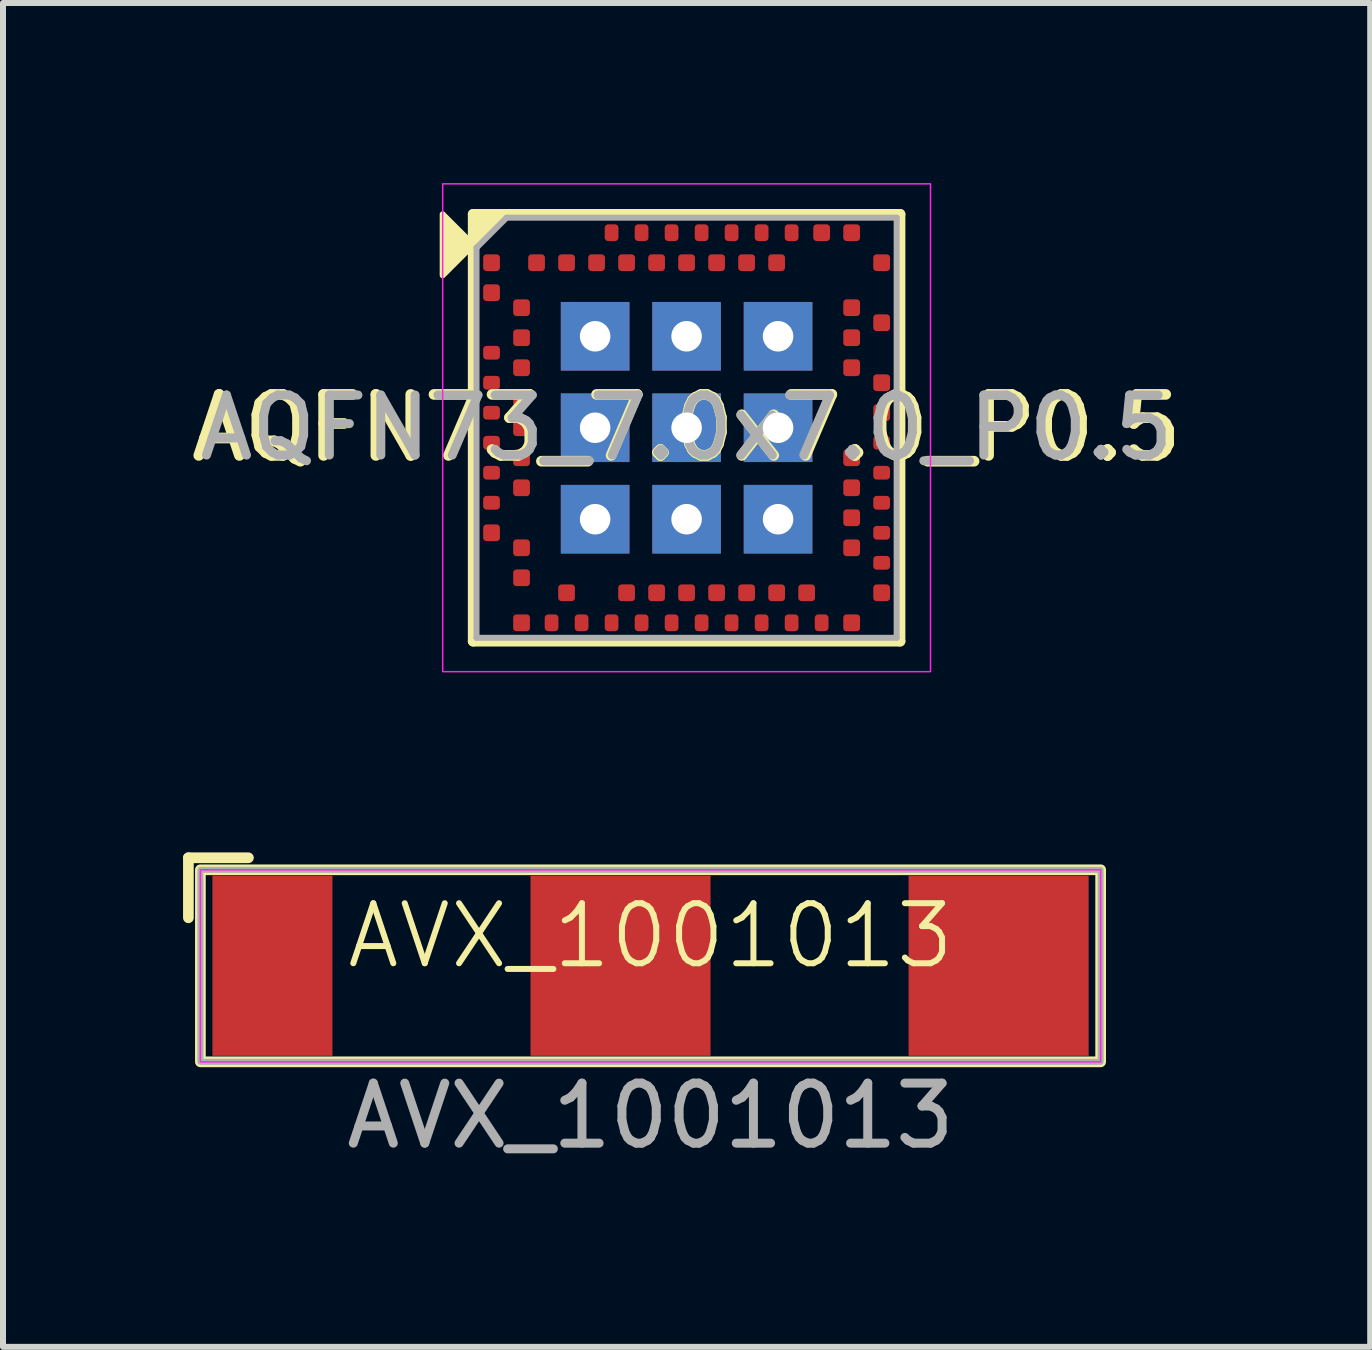
<source format=kicad_pcb>
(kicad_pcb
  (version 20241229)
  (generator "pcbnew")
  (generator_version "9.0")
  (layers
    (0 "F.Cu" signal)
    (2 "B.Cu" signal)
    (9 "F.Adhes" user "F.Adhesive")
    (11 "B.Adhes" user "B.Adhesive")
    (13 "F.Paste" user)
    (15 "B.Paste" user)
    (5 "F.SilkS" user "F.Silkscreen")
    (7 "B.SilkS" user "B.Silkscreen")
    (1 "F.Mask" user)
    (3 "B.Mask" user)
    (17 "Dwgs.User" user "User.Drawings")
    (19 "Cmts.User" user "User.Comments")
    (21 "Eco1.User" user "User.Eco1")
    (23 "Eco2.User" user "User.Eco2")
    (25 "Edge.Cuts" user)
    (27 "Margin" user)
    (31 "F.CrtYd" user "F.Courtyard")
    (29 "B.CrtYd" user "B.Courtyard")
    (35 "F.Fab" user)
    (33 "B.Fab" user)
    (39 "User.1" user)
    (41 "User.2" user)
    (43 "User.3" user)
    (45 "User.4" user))
  (footprint "AQFN73_7.0x7.0_P0.5"
    (layer "F.Cu")
    (at 8.39 4.077)
    (property "Reference" "AQFN73_7.0x7.0_P0.5" (at 0 0 0) (layer "F.SilkS") (effects (font (size 1.016 1.016) (thickness 0.178))))
    (attr smd)
    (fp_line (start -3.556 3.556) (end -3.556 -3.556) (stroke (width 0.178) (type solid)) (layer "F.SilkS"))
    (fp_line (start -3.556 3.556) (end 3.556 3.556) (stroke (width 0.178) (type solid)) (layer "F.SilkS"))
    (fp_line (start 3.556 -3.556) (end -3.556 -3.556) (stroke (width 0.178) (type solid)) (layer "F.SilkS"))
    (fp_line (start 3.556 -3.556) (end 3.556 3.556) (stroke (width 0.178) (type solid)) (layer "F.SilkS"))
    (fp_poly (pts (xy -3.556 -3.048) (xy -4.064 -2.54) (xy -4.064 -3.556)) (stroke (width 0.1) (type solid)) (fill yes) (layer "F.SilkS"))
    (fp_poly (pts (xy -3.556 -3.048) (xy -3.556 -3.556) (xy -3.048 -3.556)) (stroke (width 0.1) (type solid)) (fill yes) (layer "F.SilkS"))
    (fp_rect (start -4.064 -4.064) (end 4.064 4.064) (stroke (width 0.025) (type solid)) (fill no) (layer "F.CrtYd"))
    (fp_line (start -3.5 -3) (end -3.5 3.5) (stroke (width 0.1) (type solid)) (layer "F.Fab"))
    (fp_line (start -3.5 -3) (end -3 -3.5) (stroke (width 0.1) (type solid)) (layer "F.Fab"))
    (fp_line (start -3.5 3.5) (end 3.5 3.5) (stroke (width 0.1) (type solid)) (layer "F.Fab"))
    (fp_line (start -3 -3.5) (end 3.5 -3.5) (stroke (width 0.1) (type solid)) (layer "F.Fab"))
    (fp_line (start 3.5 -3.5) (end 3.5 3.5) (stroke (width 0.1) (type solid)) (layer "F.Fab"))
    (fp_text user "${REFERENCE}" (at 0 0 0) (layer "F.Fab") (effects (font (size 1 1) (thickness 0.15))))
    (pad "A8" smd roundrect (at -1.25 -3.25) (size 0.229 0.279) (layers "F.Cu" "F.Mask" "F.Paste") (roundrect_rratio 0.25))
    (pad "A10" smd roundrect (at -0.75 -3.25) (size 0.229 0.279) (layers "F.Cu" "F.Mask" "F.Paste") (roundrect_rratio 0.25))
    (pad "A12" smd roundrect (at -0.25 -3.25) (size 0.229 0.279) (layers "F.Cu" "F.Mask" "F.Paste") (roundrect_rratio 0.25))
    (pad "A14" smd roundrect (at 0.25 -3.25 180) (size 0.229 0.279) (layers "F.Cu" "F.Mask" "F.Paste") (roundrect_rratio 0.25))
    (pad "A16" smd roundrect (at 0.75 -3.25) (size 0.229 0.279) (layers "F.Cu" "F.Mask" "F.Paste") (roundrect_rratio 0.25))
    (pad "A18" smd roundrect (at 1.25 -3.25) (size 0.229 0.279) (layers "F.Cu" "F.Mask" "F.Paste") (roundrect_rratio 0.25))
    (pad "A20" smd roundrect (at 1.75 -3.25) (size 0.229 0.279) (layers "F.Cu" "F.Mask" "F.Paste") (roundrect_rratio 0.25))
    (pad "A22" smd roundrect (at 2.25 -3.25) (size 0.279 0.279) (layers "F.Cu" "F.Mask" "F.Paste") (roundrect_rratio 0.2))
    (pad "A23" smd roundrect (at 2.75 -3.25) (size 0.279 0.279) (layers "F.Cu" "F.Mask" "F.Paste") (roundrect_rratio 0.2))
    (pad "AA24" smd roundrect (at 3.25 2.25) (size 0.279 0.229) (layers "F.Cu" "F.Mask" "F.Paste") (roundrect_rratio 0.25))
    (pad "AB2" smd roundrect (at -2.75 2.5) (size 0.279 0.279) (layers "F.Cu" "F.Mask" "F.Paste") (roundrect_rratio 0.2))
    (pad "AC5" smd roundrect (at -2 2.75) (size 0.279 0.279) (layers "F.Cu" "F.Mask" "F.Paste") (roundrect_rratio 0.2))
    (pad "AC9" smd roundrect (at -1 2.75) (size 0.279 0.279) (layers "F.Cu" "F.Mask" "F.Paste") (roundrect_rratio 0.2))
    (pad "AC11" smd roundrect (at -0.5 2.75) (size 0.279 0.279) (layers "F.Cu" "F.Mask" "F.Paste") (roundrect_rratio 0.2))
    (pad "AC13" smd roundrect (at 0 2.75) (size 0.279 0.279) (layers "F.Cu" "F.Mask" "F.Paste") (roundrect_rratio 0.2))
    (pad "AC15" smd roundrect (at 0.5 2.75) (size 0.279 0.279) (layers "F.Cu" "F.Mask" "F.Paste") (roundrect_rratio 0.2))
    (pad "AC17" smd roundrect (at 1 2.75) (size 0.279 0.279) (layers "F.Cu" "F.Mask" "F.Paste") (roundrect_rratio 0.2))
    (pad "AC19" smd roundrect (at 1.5 2.75 180) (size 0.279 0.279) (layers "F.Cu" "F.Mask" "F.Paste") (roundrect_rratio 0.2))
    (pad "AC21" smd roundrect (at 2 2.75) (size 0.279 0.279) (layers "F.Cu" "F.Mask" "F.Paste") (roundrect_rratio 0.2))
    (pad "AC24" smd roundrect (at 3.25 2.75) (size 0.279 0.279) (layers "F.Cu" "F.Mask" "F.Paste") (roundrect_rratio 0.2))
    (pad "AD2" smd roundrect (at -2.75 3.25) (size 0.279 0.279) (layers "F.Cu" "F.Mask" "F.Paste") (roundrect_rratio 0.182))
    (pad "AD4" smd roundrect (at -2.25 3.25) (size 0.229 0.279) (layers "F.Cu" "F.Mask" "F.Paste") (roundrect_rratio 0.25))
    (pad "AD6" smd roundrect (at -1.75 3.25) (size 0.229 0.279) (layers "F.Cu" "F.Mask" "F.Paste") (roundrect_rratio 0.25))
    (pad "AD8" smd roundrect (at -1.25 3.25) (size 0.229 0.279) (layers "F.Cu" "F.Mask" "F.Paste") (roundrect_rratio 0.25))
    (pad "AD10" smd roundrect (at -0.75 3.25 180) (size 0.229 0.279) (layers "F.Cu" "F.Mask" "F.Paste") (roundrect_rratio 0.25))
    (pad "AD12" smd roundrect (at -0.25 3.25) (size 0.229 0.279) (layers "F.Cu" "F.Mask" "F.Paste") (roundrect_rratio 0.25))
    (pad "AD14" smd roundrect (at 0.25 3.25) (size 0.229 0.279) (layers "F.Cu" "F.Mask" "F.Paste") (roundrect_rratio 0.25))
    (pad "AD16" smd roundrect (at 0.75 3.25) (size 0.229 0.279) (layers "F.Cu" "F.Mask" "F.Paste") (roundrect_rratio 0.25))
    (pad "AD18" smd roundrect (at 1.25 3.25) (size 0.229 0.279) (layers "F.Cu" "F.Mask" "F.Paste") (roundrect_rratio 0.25))
    (pad "AD20" smd roundrect (at 1.75 3.25) (size 0.229 0.279) (layers "F.Cu" "F.Mask" "F.Paste") (roundrect_rratio 0.25))
    (pad "AD22" smd roundrect (at 2.25 3.25) (size 0.229 0.279) (layers "F.Cu" "F.Mask" "F.Paste") (roundrect_rratio 0.25))
    (pad "AD23" smd roundrect (at 2.75 3.25) (size 0.279 0.279) (layers "F.Cu" "F.Mask" "F.Paste") (roundrect_rratio 0.182))
    (pad "B1" smd roundrect (at -3.25 -2.75) (size 0.279 0.279) (layers "F.Cu" "F.Mask" "F.Paste") (roundrect_rratio 0.2))
    (pad "B3" smd roundrect (at -2.5 -2.75) (size 0.279 0.279) (layers "F.Cu" "F.Mask" "F.Paste") (roundrect_rratio 0.2))
    (pad "B5" smd roundrect (at -2 -2.75) (size 0.279 0.279) (layers "F.Cu" "F.Mask" "F.Paste") (roundrect_rratio 0.2))
    (pad "B7" smd roundrect (at -1.5 -2.75) (size 0.279 0.279) (layers "F.Cu" "F.Mask" "F.Paste") (roundrect_rratio 0.2))
    (pad "B9" smd roundrect (at -1 -2.75) (size 0.279 0.279) (layers "F.Cu" "F.Mask" "F.Paste") (roundrect_rratio 0.2))
    (pad "B11" smd roundrect (at -0.5 -2.75) (size 0.279 0.279) (layers "F.Cu" "F.Mask" "F.Paste") (roundrect_rratio 0.2))
    (pad "B13" smd roundrect (at 0 -2.75) (size 0.279 0.279) (layers "F.Cu" "F.Mask" "F.Paste") (roundrect_rratio 0.2))
    (pad "B15" smd roundrect (at 0.5 -2.75) (size 0.279 0.279) (layers "F.Cu" "F.Mask" "F.Paste") (roundrect_rratio 0.2))
    (pad "B17" smd roundrect (at 1 -2.75) (size 0.279 0.279) (layers "F.Cu" "F.Mask" "F.Paste") (roundrect_rratio 0.2))
    (pad "B19" smd roundrect (at 1.5 -2.75) (size 0.279 0.279) (layers "F.Cu" "F.Mask" "F.Paste") (roundrect_rratio 0.2))
    (pad "B24" smd roundrect (at 3.25 -2.75) (size 0.279 0.279) (layers "F.Cu" "F.Mask" "F.Paste") (roundrect_rratio 0.2))
    (pad "C1" smd roundrect (at -3.25 -2.25) (size 0.279 0.279) (layers "F.Cu" "F.Mask" "F.Paste") (roundrect_rratio 0.2))
    (pad "D2" smd roundrect (at -2.75 -2) (size 0.279 0.279) (layers "F.Cu" "F.Mask" "F.Paste") (roundrect_rratio 0.2))
    (pad "D23" smd roundrect (at 2.75 -2) (size 0.279 0.279) (layers "F.Cu" "F.Mask" "F.Paste") (roundrect_rratio 0.2))
    (pad "E24" smd roundrect (at 3.25 -1.75) (size 0.279 0.279) (layers "F.Cu" "F.Mask" "F.Paste") (roundrect_rratio 0.2))
    (pad "EP" thru_hole circle (at -1.524 -1.524) (size 0.762 0.762) (drill 0.508) (layers "*.Cu" "*.Mask"))
    (pad "EP" smd rect (at -1.524 -1.524) (size 1.143 1.143) (layers "F.Cu" "F.Mask" "F.Paste"))
    (pad "EP" smd rect (at -1.524 -1.524) (size 1.143 1.143) (layers "F.Mask" "B.Cu"))
    (pad "EP" thru_hole circle (at -1.524 0) (size 0.762 0.762) (drill 0.508) (layers "*.Cu" "*.Mask"))
    (pad "EP" smd rect (at -1.524 0) (size 1.143 1.143) (layers "F.Cu" "F.Mask" "F.Paste"))
    (pad "EP" smd rect (at -1.524 0) (size 1.143 1.143) (layers "F.Mask" "B.Cu"))
    (pad "EP" thru_hole circle (at -1.524 1.524) (size 0.762 0.762) (drill 0.508) (layers "*.Cu" "*.Mask"))
    (pad "EP" smd rect (at -1.524 1.524) (size 1.143 1.143) (layers "F.Cu" "F.Mask" "F.Paste"))
    (pad "EP" smd rect (at -1.524 1.524) (size 1.143 1.143) (layers "F.Mask" "B.Cu"))
    (pad "EP" thru_hole circle (at 0 -1.524) (size 0.762 0.762) (drill 0.508) (layers "*.Cu" "*.Mask"))
    (pad "EP" smd rect (at 0 -1.524) (size 1.143 1.143) (layers "F.Cu" "F.Mask" "F.Paste"))
    (pad "EP" smd rect (at 0 -1.524) (size 1.143 1.143) (layers "F.Mask" "B.Cu"))
    (pad "EP" thru_hole circle (at 0 0) (size 0.762 0.762) (drill 0.508) (layers "*.Cu" "*.Mask"))
    (pad "EP" smd rect (at 0 0) (size 1.143 1.143) (layers "F.Cu" "F.Mask" "F.Paste"))
    (pad "EP" smd rect (at 0 0) (size 1.143 1.143) (layers "F.Mask" "B.Cu"))
    (pad "EP" thru_hole circle (at 0 1.524) (size 0.762 0.762) (drill 0.508) (layers "*.Cu" "*.Mask"))
    (pad "EP" smd rect (at 0 1.524) (size 1.143 1.143) (layers "F.Cu" "F.Mask" "F.Paste"))
    (pad "EP" smd rect (at 0 1.524) (size 1.143 1.143) (layers "F.Mask" "B.Cu"))
    (pad "EP" thru_hole circle (at 1.524 -1.524) (size 0.762 0.762) (drill 0.508) (layers "*.Cu" "*.Mask"))
    (pad "EP" smd rect (at 1.524 -1.524) (size 1.143 1.143) (layers "F.Cu" "F.Mask" "F.Paste"))
    (pad "EP" smd rect (at 1.524 -1.524) (size 1.143 1.143) (layers "F.Mask" "B.Cu"))
    (pad "EP" thru_hole circle (at 1.524 0) (size 0.762 0.762) (drill 0.508) (layers "*.Cu" "*.Mask"))
    (pad "EP" smd rect (at 1.524 0) (size 1.143 1.143) (layers "F.Cu" "F.Mask" "F.Paste"))
    (pad "EP" smd rect (at 1.524 0) (size 1.143 1.143) (layers "F.Mask" "B.Cu"))
    (pad "EP" thru_hole circle (at 1.524 1.524) (size 0.762 0.762) (drill 0.508) (layers "*.Cu" "*.Mask"))
    (pad "EP" smd rect (at 1.524 1.524) (size 1.143 1.143) (layers "F.Cu" "F.Mask" "F.Paste"))
    (pad "EP" smd rect (at 1.524 1.524) (size 1.143 1.143) (layers "F.Mask" "B.Cu"))
    (pad "F2" smd roundrect (at -2.75 -1.5) (size 0.279 0.279) (layers "F.Cu" "F.Mask" "F.Paste") (roundrect_rratio 0.2))
    (pad "F23" smd roundrect (at 2.75 -1.5) (size 0.279 0.279) (layers "F.Cu" "F.Mask" "F.Paste") (roundrect_rratio 0.2))
    (pad "G1" smd roundrect (at -3.25 -1.25) (size 0.279 0.229) (layers "F.Cu" "F.Mask" "F.Paste") (roundrect_rratio 0.25))
    (pad "H2" smd roundrect (at -2.75 -1) (size 0.279 0.279) (layers "F.Cu" "F.Mask" "F.Paste") (roundrect_rratio 0.2))
    (pad "H23" smd roundrect (at 2.75 -1) (size 0.279 0.279) (layers "F.Cu" "F.Mask" "F.Paste") (roundrect_rratio 0.2))
    (pad "J1" smd roundrect (at -3.25 -0.75) (size 0.279 0.229) (layers "F.Cu" "F.Mask" "F.Paste") (roundrect_rratio 0.25))
    (pad "J24" smd roundrect (at 3.25 -0.75) (size 0.279 0.279) (layers "F.Cu" "F.Mask" "F.Paste") (roundrect_rratio 0.2))
    (pad "K2" smd roundrect (at -2.75 -0.5) (size 0.279 0.279) (layers "F.Cu" "F.Mask" "F.Paste") (roundrect_rratio 0.2))
    (pad "L1" smd roundrect (at -3.25 -0.25) (size 0.279 0.229) (layers "F.Cu" "F.Mask" "F.Paste") (roundrect_rratio 0.25))
    (pad "L24" smd roundrect (at 3.25 -0.25) (size 0.279 0.279) (layers "F.Cu" "F.Mask" "F.Paste") (roundrect_rratio 0.2))
    (pad "M2" smd roundrect (at -2.75 0) (size 0.279 0.279) (layers "F.Cu" "F.Mask" "F.Paste") (roundrect_rratio 0.2))
    (pad "N1" smd roundrect (at -3.25 0.25) (size 0.279 0.229) (layers "F.Cu" "F.Mask" "F.Paste") (roundrect_rratio 0.25))
    (pad "N24" smd roundrect (at 3.25 0.25) (size 0.279 0.229) (layers "F.Cu" "F.Mask" "F.Paste") (roundrect_rratio 0.25))
    (pad "P2" smd roundrect (at -2.75 0.5) (size 0.279 0.279) (layers "F.Cu" "F.Mask" "F.Paste") (roundrect_rratio 0.2))
    (pad "P23" smd roundrect (at 2.75 0.5) (size 0.279 0.279) (layers "F.Cu" "F.Mask" "F.Paste") (roundrect_rratio 0.2))
    (pad "R1" smd roundrect (at -3.25 0.75) (size 0.279 0.229) (layers "F.Cu" "F.Mask" "F.Paste") (roundrect_rratio 0.25))
    (pad "R24" smd roundrect (at 3.25 0.75) (size 0.279 0.229) (layers "F.Cu" "F.Mask" "F.Paste") (roundrect_rratio 0.25))
    (pad "T2" smd roundrect (at -2.75 1) (size 0.279 0.279) (layers "F.Cu" "F.Mask" "F.Paste") (roundrect_rratio 0.2))
    (pad "T23" smd roundrect (at 2.75 1) (size 0.279 0.279) (layers "F.Cu" "F.Mask" "F.Paste") (roundrect_rratio 0.2))
    (pad "U1" smd roundrect (at -3.25 1.25) (size 0.279 0.229) (layers "F.Cu" "F.Mask" "F.Paste") (roundrect_rratio 0.25))
    (pad "U24" smd roundrect (at 3.25 1.25) (size 0.279 0.229) (layers "F.Cu" "F.Mask" "F.Paste") (roundrect_rratio 0.25))
    (pad "V23" smd roundrect (at 2.75 1.5) (size 0.279 0.279) (layers "F.Cu" "F.Mask" "F.Paste") (roundrect_rratio 0.2))
    (pad "W1" smd roundrect (at -3.25 1.75) (size 0.279 0.279) (layers "F.Cu" "F.Mask" "F.Paste") (roundrect_rratio 0.2))
    (pad "W24" smd roundrect (at 3.25 1.75) (size 0.279 0.229) (layers "F.Cu" "F.Mask" "F.Paste") (roundrect_rratio 0.25))
    (pad "Y2" smd roundrect (at -2.75 2) (size 0.279 0.279) (layers "F.Cu" "F.Mask" "F.Paste") (roundrect_rratio 0.2))
    (pad "Y23" smd roundrect (at 2.75 2) (size 0.279 0.279) (layers "F.Cu" "F.Mask" "F.Paste") (roundrect_rratio 0.2)))
  (footprint "AVX_1001013"
    (layer "F.Cu")
    (at 7.789 13.042)
    (property "Reference" "AVX_1001013" (at 0 -0.5 0) (unlocked yes) (layer "F.SilkS") (effects (font (size 1 1) (thickness 0.1))))
    (attr smd)
    (fp_line (start -7.7 -0.8) (end -7.7 -1.8) (stroke (width 0.178) (type default)) (layer "F.SilkS"))
    (fp_line (start -6.7 -1.8) (end -7.7 -1.8) (stroke (width 0.178) (type default)) (layer "F.SilkS"))
    (fp_rect (start -7.5 -1.6) (end 7.5 1.6) (stroke (width 0.178) (type default)) (fill no) (layer "F.SilkS"))
    (fp_rect (start -7.5 -1.6) (end 7.5 1.6) (stroke (width 0.025) (type default)) (fill no) (layer "F.CrtYd"))
    (fp_rect (start -7.5 -1.6) (end 7.5 1.6) (stroke (width 0.1) (type default)) (fill no) (layer "F.Fab"))
    (fp_text user "${REFERENCE}" (at 0 2.5 0) (unlocked yes) (layer "F.Fab") (effects (font (size 1 1) (thickness 0.15))))
    (pad "1" smd rect (at -6.3 0) (size 2 3) (layers "F.Cu" "F.Mask" "F.Paste"))
    (pad "2" smd rect (at -0.5 0) (size 3 3) (layers "F.Cu" "F.Mask" "F.Paste"))
    (pad "3" smd rect (at 5.8 0) (size 3 3) (layers "F.Cu" "F.Mask" "F.Paste")))
  (gr_rect
    (start -3 -3)
    (end 19.78 19.391)
    (stroke (width 0.1) (type default))
    (fill no)
    (layer "Edge.Cuts")))
</source>
